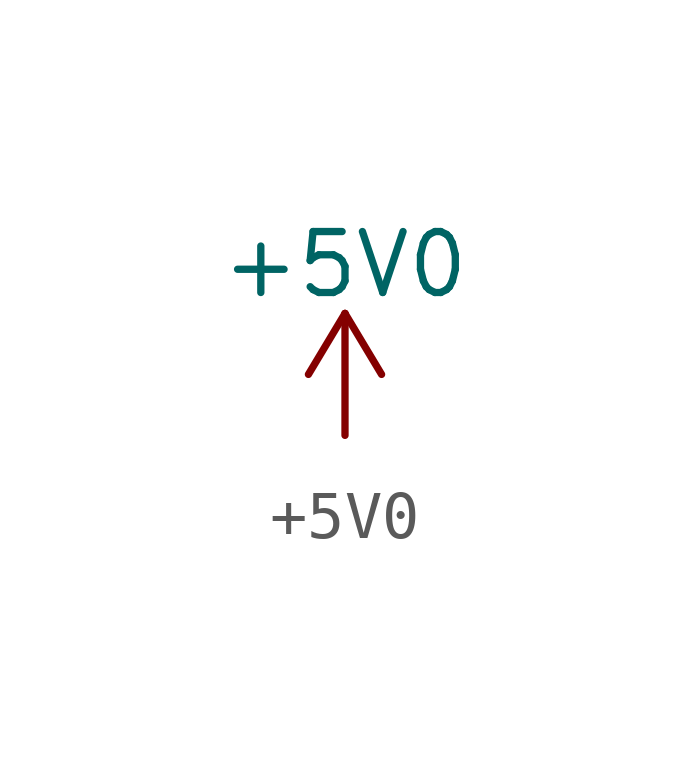
<source format=kicad_sym>
(kicad_symbol_lib
  (version 20220914)
  (generator kicad_symbol_editor)
  (symbol "+5V0"
    (power)
    (pin_names
      (offset 0))
    (property "Reference" "#PWR"
      (at 0 -3.81 0)
      (effects (font (size 1.27 1.27)) hide))
    (property "Value" "+5V0"
      (at 0 3.556 0)
      (effects (font (size 1.27 1.27))))
    (symbol "+5V0_0_1"
      (polyline (pts (xy -0.762 1.27) (xy 0 2.54)) (stroke (width 0) (type default)) (fill (type none)))
      (polyline (pts (xy 0 0) (xy 0 2.54)) (stroke (width 0) (type default)) (fill (type none)))
      (polyline (pts (xy 0 2.54) (xy 0.762 1.27)) (stroke (width 0) (type default)) (fill (type none))))
    (symbol "+5V0_1_1"
      (pin power_in line (at 0 0 0) (length 0) hide (name "+5V5" (effects (font (size 1.27 1.27)))) (number "1" (effects (font (size 1.27 1.27))))))))
</source>
